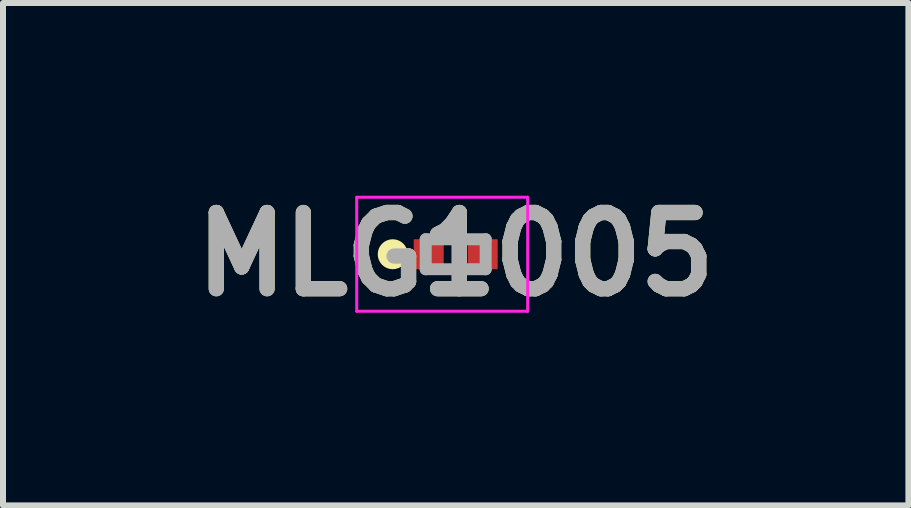
<source format=kicad_pcb>
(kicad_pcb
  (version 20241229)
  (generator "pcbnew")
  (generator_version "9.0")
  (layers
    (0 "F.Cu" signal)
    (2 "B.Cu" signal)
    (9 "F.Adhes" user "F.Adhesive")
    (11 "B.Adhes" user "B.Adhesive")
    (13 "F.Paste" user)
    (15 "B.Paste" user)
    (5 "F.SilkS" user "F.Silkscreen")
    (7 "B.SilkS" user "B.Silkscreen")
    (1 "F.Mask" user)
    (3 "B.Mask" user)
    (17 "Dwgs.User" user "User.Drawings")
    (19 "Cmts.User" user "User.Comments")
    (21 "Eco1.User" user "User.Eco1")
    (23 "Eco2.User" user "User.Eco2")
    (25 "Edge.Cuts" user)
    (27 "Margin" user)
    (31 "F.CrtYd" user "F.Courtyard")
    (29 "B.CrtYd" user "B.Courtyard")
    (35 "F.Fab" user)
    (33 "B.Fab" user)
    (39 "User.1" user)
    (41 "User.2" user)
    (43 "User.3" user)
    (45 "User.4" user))
  (footprint "MLG1005"
    (layer "F.Cu")
    (at 4.548 1.189)
    (property "Reference" "MLG1005" (at 0 0 0) (layer "F.SilkS") (effects (font (size 1.27 1.27) (thickness 0.254))))
    (attr smd)
    (fp_circle (center -1.05 0) (end -1.05 0.05) (stroke (width 0.2) (type solid)) (fill no) (layer "F.SilkS"))
    (fp_line (start -1.65 -0.95) (end 1.2 -0.95) (stroke (width 0.05) (type solid)) (layer "F.CrtYd"))
    (fp_line (start -1.65 0.95) (end -1.65 -0.95) (stroke (width 0.05) (type solid)) (layer "F.CrtYd"))
    (fp_line (start 1.2 -0.95) (end 1.2 0.95) (stroke (width 0.05) (type solid)) (layer "F.CrtYd"))
    (fp_line (start 1.2 0.95) (end -1.65 0.95) (stroke (width 0.05) (type solid)) (layer "F.CrtYd"))
    (fp_line (start -0.5 -0.25) (end 0.5 -0.25) (stroke (width 0.2) (type solid)) (layer "F.Fab"))
    (fp_line (start -0.5 0.25) (end -0.5 -0.25) (stroke (width 0.2) (type solid)) (layer "F.Fab"))
    (fp_line (start 0.5 -0.25) (end 0.5 0.25) (stroke (width 0.2) (type solid)) (layer "F.Fab"))
    (fp_line (start 0.5 0.25) (end -0.5 0.25) (stroke (width 0.2) (type solid)) (layer "F.Fab"))
    (fp_text user "${REFERENCE}" (at 0 0 0) (layer "F.Fab") (effects (font (size 1.27 1.27) (thickness 0.254))))
    (pad "1" smd rect (at -0.45 0 90) (size 0.5 0.5) (layers "F.Cu" "F.Mask" "F.Paste"))
    (pad "2" smd rect (at 0.45 0 90) (size 0.5 0.5) (layers "F.Cu" "F.Mask" "F.Paste")))
  (gr_rect
    (start -3 -3)
    (end 12.096 5.377)
    (stroke (width 0.1) (type default))
    (fill no)
    (layer "Edge.Cuts")))
</source>
